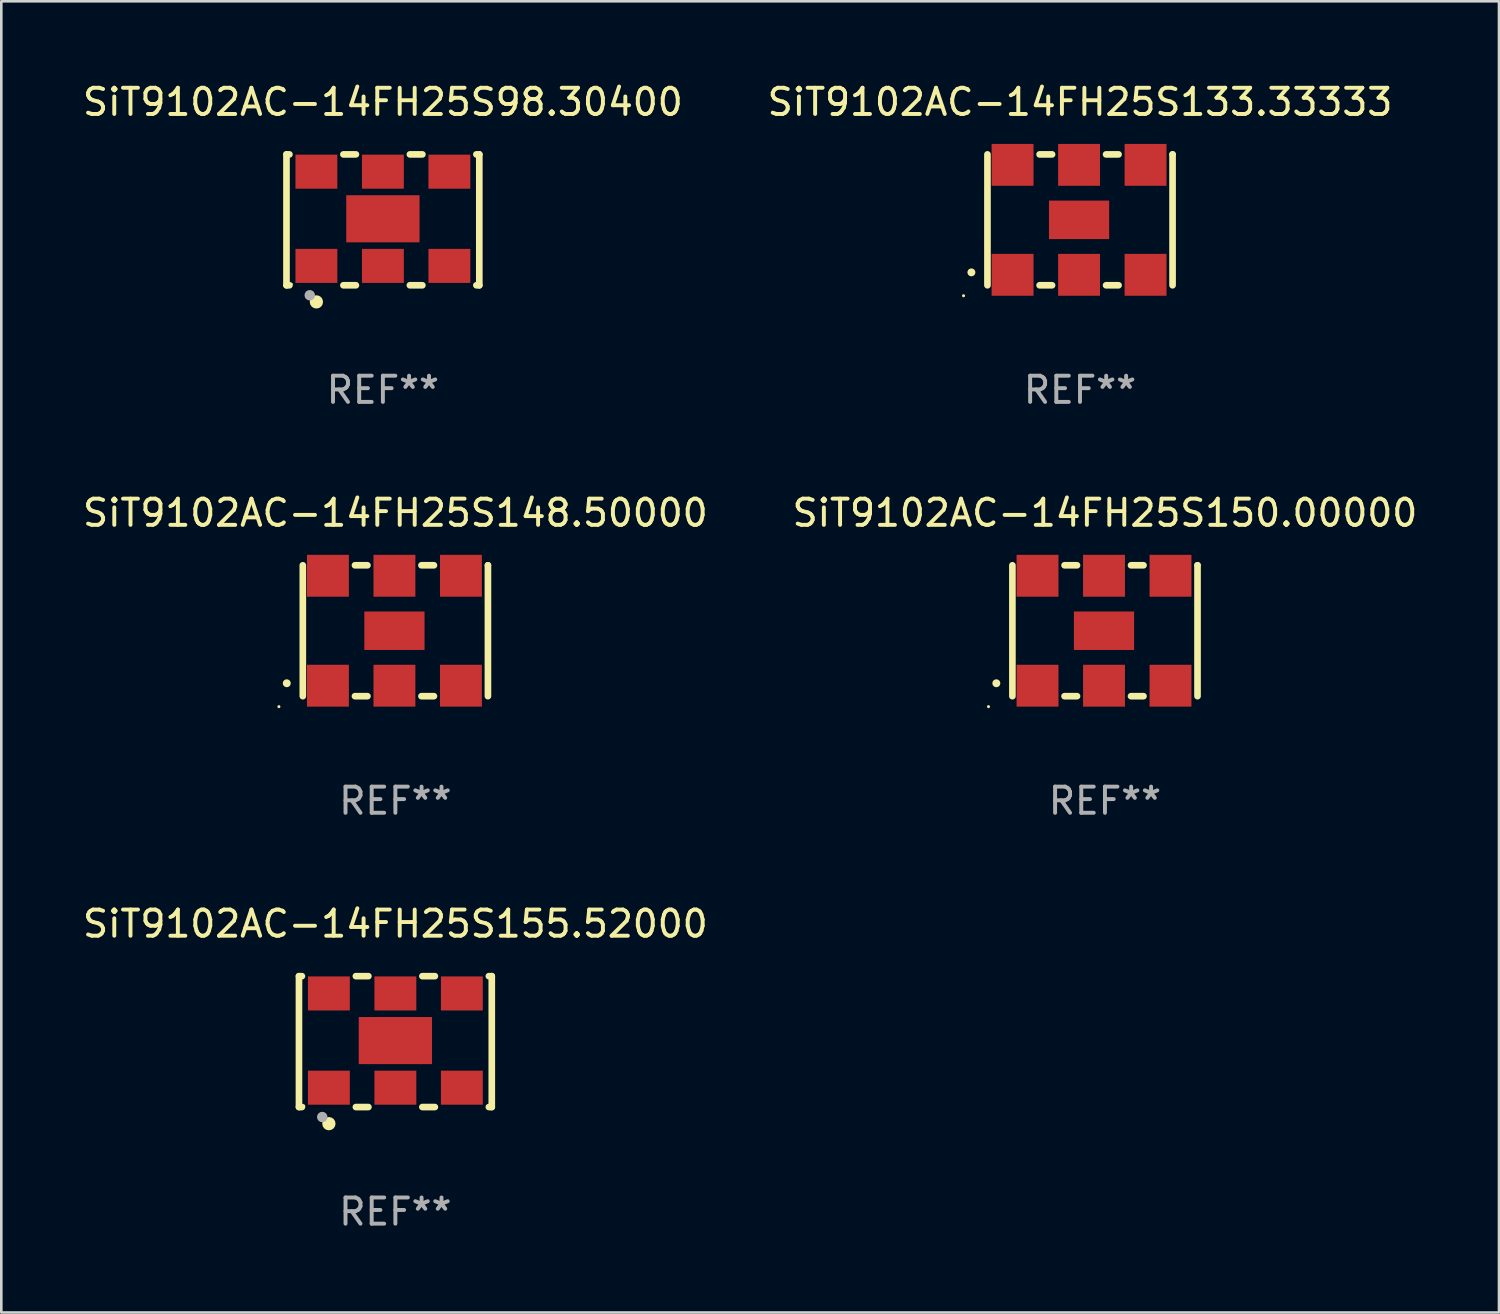
<source format=kicad_pcb>
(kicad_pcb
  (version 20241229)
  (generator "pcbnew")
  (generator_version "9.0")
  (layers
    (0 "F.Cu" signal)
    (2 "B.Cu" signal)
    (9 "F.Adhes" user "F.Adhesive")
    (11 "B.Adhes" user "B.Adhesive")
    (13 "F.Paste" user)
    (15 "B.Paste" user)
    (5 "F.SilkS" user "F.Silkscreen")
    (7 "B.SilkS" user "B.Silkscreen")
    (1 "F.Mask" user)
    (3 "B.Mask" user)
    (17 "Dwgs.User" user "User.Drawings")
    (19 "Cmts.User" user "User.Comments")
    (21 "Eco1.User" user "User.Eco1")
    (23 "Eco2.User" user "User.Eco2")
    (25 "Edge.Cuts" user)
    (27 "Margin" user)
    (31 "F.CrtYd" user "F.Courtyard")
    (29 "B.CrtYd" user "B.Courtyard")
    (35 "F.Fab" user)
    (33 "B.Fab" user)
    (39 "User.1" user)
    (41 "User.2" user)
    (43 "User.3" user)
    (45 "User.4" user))
  (footprint "SiT9102AC-14FH25S150.00000"
    (layer "F.Cu")
    (at 39.161 21.045)
    (property "Reference" "SiT9102AC-14FH25S150.00000" (at 0 -4.5 0) (layer "F.SilkS") (effects (font (size 1 1) (thickness 0.15))))
    (attr through_hole)
    (fp_line (start -3.536 -2.5) (end -3.536 2.5) (stroke (width 0.254) (type solid)) (layer "F.SilkS"))
    (fp_line (start -1.544 2.5) (end -1.067 2.5) (stroke (width 0.254) (type solid)) (layer "F.SilkS"))
    (fp_line (start -1.067 -2.5) (end -1.544 -2.5) (stroke (width 0.254) (type solid)) (layer "F.SilkS"))
    (fp_line (start 0.996 2.5) (end 1.473 2.5) (stroke (width 0.254) (type solid)) (layer "F.SilkS"))
    (fp_line (start 1.473 -2.5) (end 0.996 -2.5) (stroke (width 0.254) (type solid)) (layer "F.SilkS"))
    (fp_line (start 3.536 -2.5) (end 3.536 -2.5) (stroke (width 0.254) (type solid)) (layer "F.SilkS"))
    (fp_line (start 3.536 2.5) (end 3.536 -2.5) (stroke (width 0.254) (type solid)) (layer "F.SilkS"))
    (fp_arc (start -4.150432 2.006604) (mid -4.149162 2.006599) (end -4.147892 2.006604) (stroke (width 0.3) (type solid)) (layer "F.SilkS"))
    (fp_circle (center -4.449 2.9) (end -4.419 2.9) (stroke (width 0.06) (type solid)) (fill no) (layer "F.SilkS"))
    (fp_text user "REF**" (at 0 6.5 0) (layer "F.Fab") (effects (font (size 1 1) (thickness 0.15))))
    (pad "1" smd rect (at -2.576 2.1) (size 1.6 1.6) (layers "F.Cu" "F.Mask" "F.Paste"))
    (pad "2" smd rect (at -0.036 2.1) (size 1.6 1.6) (layers "F.Cu" "F.Mask" "F.Paste"))
    (pad "3" smd rect (at 2.504 2.1) (size 1.6 1.6) (layers "F.Cu" "F.Mask" "F.Paste"))
    (pad "4" smd rect (at 2.504 -2.1) (size 1.6 1.6) (layers "F.Cu" "F.Mask" "F.Paste"))
    (pad "5" smd rect (at -0.036 -2.1) (size 1.6 1.6) (layers "F.Cu" "F.Mask" "F.Paste"))
    (pad "6" smd rect (at -2.576 -2.1) (size 1.6 1.6) (layers "F.Cu" "F.Mask" "F.Paste"))
    (pad "7" smd rect (at -0.036 0) (size 2.3 1.47) (layers "F.Cu" "F.Mask" "F.Paste")))
  (footprint "SiT9102AC-14FH25S155.52000"
    (layer "F.Cu")
    (at 12.054 36.741)
    (property "Reference" "SiT9102AC-14FH25S155.52000" (at 0 -4.5 0) (layer "F.SilkS") (effects (font (size 1 1) (thickness 0.15))))
    (attr through_hole)
    (fp_line (start -3.683 -2.5) (end -3.571 -2.5) (stroke (width 0.254) (type solid)) (layer "F.SilkS"))
    (fp_line (start -3.683 2.5) (end -3.683 -2.5) (stroke (width 0.254) (type solid)) (layer "F.SilkS"))
    (fp_line (start -3.683 2.5) (end -3.571 2.5) (stroke (width 0.254) (type solid)) (layer "F.SilkS"))
    (fp_line (start -1.509 -2.5) (end -1.031 -2.5) (stroke (width 0.254) (type solid)) (layer "F.SilkS"))
    (fp_line (start -1.509 2.5) (end -1.031 2.5) (stroke (width 0.254) (type solid)) (layer "F.SilkS"))
    (fp_line (start 1.031 -2.5) (end 1.509 -2.5) (stroke (width 0.254) (type solid)) (layer "F.SilkS"))
    (fp_line (start 1.031 2.5) (end 1.509 2.5) (stroke (width 0.254) (type solid)) (layer "F.SilkS"))
    (fp_line (start 3.571 -2.5) (end 3.683 -2.5) (stroke (width 0.254) (type solid)) (layer "F.SilkS"))
    (fp_line (start 3.571 2.5) (end 3.683 2.5) (stroke (width 0.254) (type solid)) (layer "F.SilkS"))
    (fp_line (start 3.683 2.5) (end 3.683 -2.5) (stroke (width 0.254) (type solid)) (layer "F.SilkS"))
    (fp_circle (center -3.5 2.46) (end -3.47 2.46) (stroke (width 0.06) (type solid)) (fill no) (layer "F.SilkS"))
    (fp_circle (center -2.54 3.135) (end -2.413 3.135) (stroke (width 0.254) (type solid)) (fill no) (layer "F.SilkS"))
    (fp_circle (center -2.794 2.881) (end -2.694 2.881) (stroke (width 0.2) (type solid)) (fill no) (layer "F.Fab"))
    (fp_text user "REF**" (at 0 6.5 0) (layer "F.Fab") (effects (font (size 1 1) (thickness 0.15))))
    (pad "1" smd rect (at -2.54 1.76) (size 1.6 1.3) (layers "F.Cu" "F.Mask" "F.Paste"))
    (pad "2" smd rect (at 0 1.76) (size 1.6 1.3) (layers "F.Cu" "F.Mask" "F.Paste"))
    (pad "3" smd rect (at 2.54 1.76) (size 1.6 1.3) (layers "F.Cu" "F.Mask" "F.Paste"))
    (pad "4" smd rect (at 2.54 -1.84) (size 1.6 1.3) (layers "F.Cu" "F.Mask" "F.Paste"))
    (pad "5" smd rect (at 0 -1.84) (size 1.6 1.3) (layers "F.Cu" "F.Mask" "F.Paste"))
    (pad "6" smd rect (at -2.54 -1.84) (size 1.6 1.3) (layers "F.Cu" "F.Mask" "F.Paste"))
    (pad "7" smd rect (at 0 -0.04) (size 2.8 1.8) (layers "F.Cu" "F.Mask" "F.Paste")))
  (footprint "SiT9102AC-14FH25S98.30400"
    (layer "F.Cu")
    (at 11.577 5.348)
    (property "Reference" "SiT9102AC-14FH25S98.30400" (at 0 -4.5 0) (layer "F.SilkS") (effects (font (size 1 1) (thickness 0.15))))
    (attr through_hole)
    (fp_line (start -3.683 -2.5) (end -3.571 -2.5) (stroke (width 0.254) (type solid)) (layer "F.SilkS"))
    (fp_line (start -3.683 2.5) (end -3.683 -2.5) (stroke (width 0.254) (type solid)) (layer "F.SilkS"))
    (fp_line (start -3.683 2.5) (end -3.571 2.5) (stroke (width 0.254) (type solid)) (layer "F.SilkS"))
    (fp_line (start -1.509 -2.5) (end -1.031 -2.5) (stroke (width 0.254) (type solid)) (layer "F.SilkS"))
    (fp_line (start -1.509 2.5) (end -1.031 2.5) (stroke (width 0.254) (type solid)) (layer "F.SilkS"))
    (fp_line (start 1.031 -2.5) (end 1.509 -2.5) (stroke (width 0.254) (type solid)) (layer "F.SilkS"))
    (fp_line (start 1.031 2.5) (end 1.509 2.5) (stroke (width 0.254) (type solid)) (layer "F.SilkS"))
    (fp_line (start 3.571 -2.5) (end 3.683 -2.5) (stroke (width 0.254) (type solid)) (layer "F.SilkS"))
    (fp_line (start 3.571 2.5) (end 3.683 2.5) (stroke (width 0.254) (type solid)) (layer "F.SilkS"))
    (fp_line (start 3.683 2.5) (end 3.683 -2.5) (stroke (width 0.254) (type solid)) (layer "F.SilkS"))
    (fp_circle (center -3.5 2.46) (end -3.47 2.46) (stroke (width 0.06) (type solid)) (fill no) (layer "F.SilkS"))
    (fp_circle (center -2.54 3.135) (end -2.413 3.135) (stroke (width 0.254) (type solid)) (fill no) (layer "F.SilkS"))
    (fp_circle (center -2.794 2.881) (end -2.694 2.881) (stroke (width 0.2) (type solid)) (fill no) (layer "F.Fab"))
    (fp_text user "REF**" (at 0 6.5 0) (layer "F.Fab") (effects (font (size 1 1) (thickness 0.15))))
    (pad "1" smd rect (at -2.54 1.76) (size 1.6 1.3) (layers "F.Cu" "F.Mask" "F.Paste"))
    (pad "2" smd rect (at 0 1.76) (size 1.6 1.3) (layers "F.Cu" "F.Mask" "F.Paste"))
    (pad "3" smd rect (at 2.54 1.76) (size 1.6 1.3) (layers "F.Cu" "F.Mask" "F.Paste"))
    (pad "4" smd rect (at 2.54 -1.84) (size 1.6 1.3) (layers "F.Cu" "F.Mask" "F.Paste"))
    (pad "5" smd rect (at 0 -1.84) (size 1.6 1.3) (layers "F.Cu" "F.Mask" "F.Paste"))
    (pad "6" smd rect (at -2.54 -1.84) (size 1.6 1.3) (layers "F.Cu" "F.Mask" "F.Paste"))
    (pad "7" smd rect (at 0 -0.04) (size 2.8 1.8) (layers "F.Cu" "F.Mask" "F.Paste")))
  (footprint "SiT9102AC-14FH25S133.33333"
    (layer "F.Cu")
    (at 38.208 5.348)
    (property "Reference" "SiT9102AC-14FH25S133.33333" (at 0 -4.5 0) (layer "F.SilkS") (effects (font (size 1 1) (thickness 0.15))))
    (attr through_hole)
    (fp_line (start -3.536 -2.5) (end -3.536 2.5) (stroke (width 0.254) (type solid)) (layer "F.SilkS"))
    (fp_line (start -1.544 2.5) (end -1.067 2.5) (stroke (width 0.254) (type solid)) (layer "F.SilkS"))
    (fp_line (start -1.067 -2.5) (end -1.544 -2.5) (stroke (width 0.254) (type solid)) (layer "F.SilkS"))
    (fp_line (start 0.996 2.5) (end 1.473 2.5) (stroke (width 0.254) (type solid)) (layer "F.SilkS"))
    (fp_line (start 1.473 -2.5) (end 0.996 -2.5) (stroke (width 0.254) (type solid)) (layer "F.SilkS"))
    (fp_line (start 3.536 -2.5) (end 3.536 -2.5) (stroke (width 0.254) (type solid)) (layer "F.SilkS"))
    (fp_line (start 3.536 2.5) (end 3.536 -2.5) (stroke (width 0.254) (type solid)) (layer "F.SilkS"))
    (fp_arc (start -4.150432 2.006604) (mid -4.149162 2.006599) (end -4.147892 2.006604) (stroke (width 0.3) (type solid)) (layer "F.SilkS"))
    (fp_circle (center -4.449 2.9) (end -4.419 2.9) (stroke (width 0.06) (type solid)) (fill no) (layer "F.SilkS"))
    (fp_text user "REF**" (at 0 6.5 0) (layer "F.Fab") (effects (font (size 1 1) (thickness 0.15))))
    (pad "1" smd rect (at -2.576 2.1) (size 1.6 1.6) (layers "F.Cu" "F.Mask" "F.Paste"))
    (pad "2" smd rect (at -0.036 2.1) (size 1.6 1.6) (layers "F.Cu" "F.Mask" "F.Paste"))
    (pad "3" smd rect (at 2.504 2.1) (size 1.6 1.6) (layers "F.Cu" "F.Mask" "F.Paste"))
    (pad "4" smd rect (at 2.504 -2.1) (size 1.6 1.6) (layers "F.Cu" "F.Mask" "F.Paste"))
    (pad "5" smd rect (at -0.036 -2.1) (size 1.6 1.6) (layers "F.Cu" "F.Mask" "F.Paste"))
    (pad "6" smd rect (at -2.576 -2.1) (size 1.6 1.6) (layers "F.Cu" "F.Mask" "F.Paste"))
    (pad "7" smd rect (at -0.036 0) (size 2.3 1.47) (layers "F.Cu" "F.Mask" "F.Paste")))
  (footprint "SiT9102AC-14FH25S148.50000"
    (layer "F.Cu")
    (at 12.054 21.045)
    (property "Reference" "SiT9102AC-14FH25S148.50000" (at 0 -4.5 0) (layer "F.SilkS") (effects (font (size 1 1) (thickness 0.15))))
    (attr through_hole)
    (fp_line (start -3.536 -2.5) (end -3.536 2.5) (stroke (width 0.254) (type solid)) (layer "F.SilkS"))
    (fp_line (start -1.544 2.5) (end -1.067 2.5) (stroke (width 0.254) (type solid)) (layer "F.SilkS"))
    (fp_line (start -1.067 -2.5) (end -1.544 -2.5) (stroke (width 0.254) (type solid)) (layer "F.SilkS"))
    (fp_line (start 0.996 2.5) (end 1.473 2.5) (stroke (width 0.254) (type solid)) (layer "F.SilkS"))
    (fp_line (start 1.473 -2.5) (end 0.996 -2.5) (stroke (width 0.254) (type solid)) (layer "F.SilkS"))
    (fp_line (start 3.536 -2.5) (end 3.536 -2.5) (stroke (width 0.254) (type solid)) (layer "F.SilkS"))
    (fp_line (start 3.536 2.5) (end 3.536 -2.5) (stroke (width 0.254) (type solid)) (layer "F.SilkS"))
    (fp_arc (start -4.150432 2.006604) (mid -4.149162 2.006599) (end -4.147892 2.006604) (stroke (width 0.3) (type solid)) (layer "F.SilkS"))
    (fp_circle (center -4.449 2.9) (end -4.419 2.9) (stroke (width 0.06) (type solid)) (fill no) (layer "F.SilkS"))
    (fp_text user "REF**" (at 0 6.5 0) (layer "F.Fab") (effects (font (size 1 1) (thickness 0.15))))
    (pad "1" smd rect (at -2.576 2.1) (size 1.6 1.6) (layers "F.Cu" "F.Mask" "F.Paste"))
    (pad "2" smd rect (at -0.036 2.1) (size 1.6 1.6) (layers "F.Cu" "F.Mask" "F.Paste"))
    (pad "3" smd rect (at 2.504 2.1) (size 1.6 1.6) (layers "F.Cu" "F.Mask" "F.Paste"))
    (pad "4" smd rect (at 2.504 -2.1) (size 1.6 1.6) (layers "F.Cu" "F.Mask" "F.Paste"))
    (pad "5" smd rect (at -0.036 -2.1) (size 1.6 1.6) (layers "F.Cu" "F.Mask" "F.Paste"))
    (pad "6" smd rect (at -2.576 -2.1) (size 1.6 1.6) (layers "F.Cu" "F.Mask" "F.Paste"))
    (pad "7" smd rect (at -0.036 0) (size 2.3 1.47) (layers "F.Cu" "F.Mask" "F.Paste")))
  (gr_rect
    (start -3 -3)
    (end 54.214 47.09)
    (stroke (width 0.1) (type default))
    (fill no)
    (layer "Edge.Cuts")))
</source>
